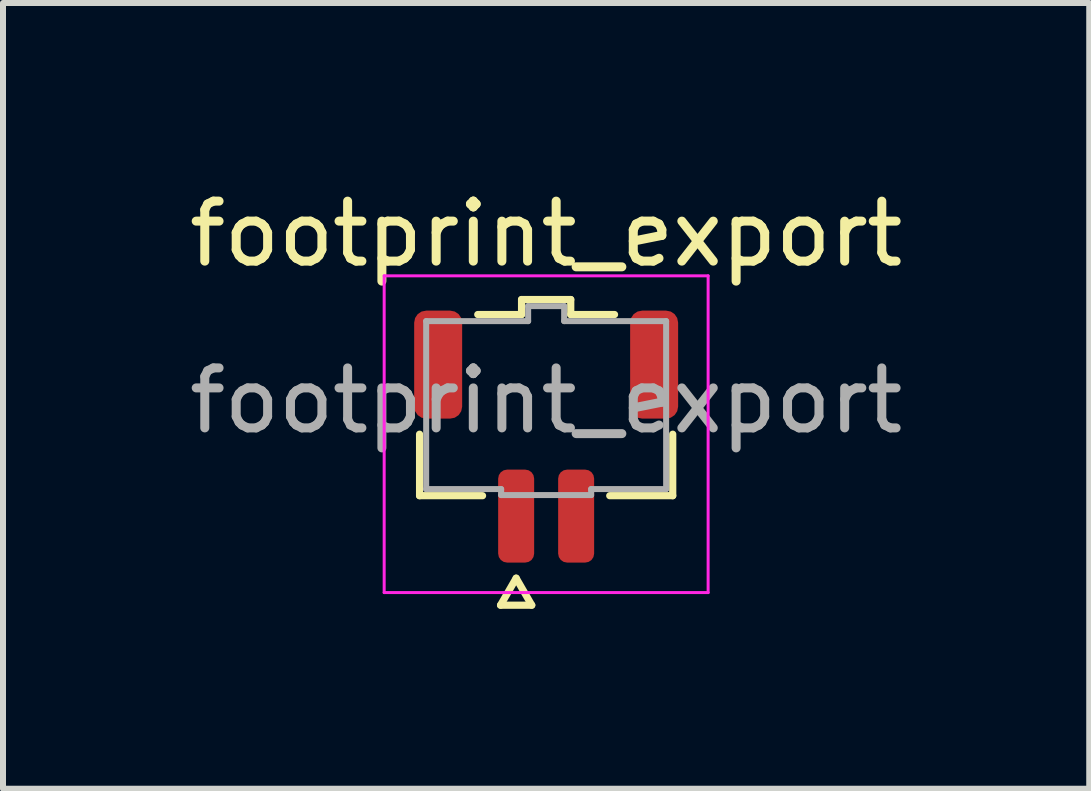
<source format=kicad_pcb>
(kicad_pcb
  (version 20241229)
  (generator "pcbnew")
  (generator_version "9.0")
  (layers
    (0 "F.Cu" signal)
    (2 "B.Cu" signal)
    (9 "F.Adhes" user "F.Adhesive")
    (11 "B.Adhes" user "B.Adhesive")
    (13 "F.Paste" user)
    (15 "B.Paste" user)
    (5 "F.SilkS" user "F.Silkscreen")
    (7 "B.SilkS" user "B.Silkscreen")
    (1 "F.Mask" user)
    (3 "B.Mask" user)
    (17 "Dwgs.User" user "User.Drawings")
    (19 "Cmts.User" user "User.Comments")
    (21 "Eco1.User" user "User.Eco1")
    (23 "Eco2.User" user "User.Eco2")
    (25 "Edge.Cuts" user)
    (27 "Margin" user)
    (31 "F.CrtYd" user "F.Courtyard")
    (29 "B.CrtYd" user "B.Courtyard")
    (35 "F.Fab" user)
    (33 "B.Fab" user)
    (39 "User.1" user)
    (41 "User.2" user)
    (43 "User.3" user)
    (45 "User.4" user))
  (footprint "footprint_export"
    (layer "F.Cu")
    (at 6.054 3.628)
    (property "Reference" "footprint_export" (at 0 -2.78 0) (layer "F.SilkS") (effects (font (size 1 1) (thickness 0.15))))
    (attr smd)
    (fp_line (start -2.11 1.585) (end -2.11 0.56) (stroke (width 0.12) (type solid)) (layer "F.SilkS"))
    (fp_line (start -1.14 -1.435) (end -0.41 -1.435) (stroke (width 0.12) (type solid)) (layer "F.SilkS"))
    (fp_line (start -1.06 1.585) (end -2.11 1.585) (stroke (width 0.12) (type solid)) (layer "F.SilkS"))
    (fp_line (start -0.76 3.41) (end -0.5 2.96) (stroke (width 0.12) (type solid)) (layer "F.SilkS"))
    (fp_line (start -0.5 2.96) (end -0.24 3.41) (stroke (width 0.12) (type solid)) (layer "F.SilkS"))
    (fp_line (start -0.41 -1.685) (end 0.41 -1.685) (stroke (width 0.12) (type solid)) (layer "F.SilkS"))
    (fp_line (start -0.41 -1.435) (end -0.41 -1.685) (stroke (width 0.12) (type solid)) (layer "F.SilkS"))
    (fp_line (start -0.24 3.41) (end -0.76 3.41) (stroke (width 0.12) (type solid)) (layer "F.SilkS"))
    (fp_line (start 0.41 -1.685) (end 0.41 -1.435) (stroke (width 0.12) (type solid)) (layer "F.SilkS"))
    (fp_line (start 0.41 -1.435) (end 1.14 -1.435) (stroke (width 0.12) (type solid)) (layer "F.SilkS"))
    (fp_line (start 2.11 0.56) (end 2.11 1.585) (stroke (width 0.12) (type solid)) (layer "F.SilkS"))
    (fp_line (start 2.11 1.585) (end 1.06 1.585) (stroke (width 0.12) (type solid)) (layer "F.SilkS"))
    (fp_line (start -2.7 -2.08) (end -2.7 3.2) (stroke (width 0.05) (type solid)) (layer "F.CrtYd"))
    (fp_line (start -2.7 3.2) (end 2.7 3.2) (stroke (width 0.05) (type solid)) (layer "F.CrtYd"))
    (fp_line (start 2.7 -2.08) (end -2.7 -2.08) (stroke (width 0.05) (type solid)) (layer "F.CrtYd"))
    (fp_line (start 2.7 3.2) (end 2.7 -2.08) (stroke (width 0.05) (type solid)) (layer "F.CrtYd"))
    (fp_line (start -2 -1.325) (end -0.3 -1.325) (stroke (width 0.1) (type solid)) (layer "F.Fab"))
    (fp_line (start -2 1.475) (end -2 -1.325) (stroke (width 0.1) (type solid)) (layer "F.Fab"))
    (fp_line (start -0.75 1.475) (end -2 1.475) (stroke (width 0.1) (type solid)) (layer "F.Fab"))
    (fp_line (start -0.75 1.575) (end -0.75 1.475) (stroke (width 0.1) (type solid)) (layer "F.Fab"))
    (fp_line (start -0.3 -1.575) (end 0.3 -1.575) (stroke (width 0.1) (type solid)) (layer "F.Fab"))
    (fp_line (start -0.3 -1.325) (end -0.3 -1.575) (stroke (width 0.1) (type solid)) (layer "F.Fab"))
    (fp_line (start 0.3 -1.575) (end 0.3 -1.325) (stroke (width 0.1) (type solid)) (layer "F.Fab"))
    (fp_line (start 0.3 -1.325) (end 2 -1.325) (stroke (width 0.1) (type solid)) (layer "F.Fab"))
    (fp_line (start 0.75 1.475) (end 0.75 1.575) (stroke (width 0.1) (type solid)) (layer "F.Fab"))
    (fp_line (start 0.75 1.575) (end -0.75 1.575) (stroke (width 0.1) (type solid)) (layer "F.Fab"))
    (fp_line (start 2 -1.325) (end 2 1.475) (stroke (width 0.1) (type solid)) (layer "F.Fab"))
    (fp_line (start 2 1.475) (end 0.75 1.475) (stroke (width 0.1) (type solid)) (layer "F.Fab"))
    (fp_text user "${REFERENCE}" (at 0 0 0) (layer "F.Fab") (effects (font (size 1 1) (thickness 0.15))))
    (pad "1" smd roundrect (at -0.5 1.925) (size 0.6 1.55) (layers "F.Cu" "F.Mask" "F.Paste") (roundrect_rratio 0.25))
    (pad "2" smd roundrect (at 0.5 1.925) (size 0.6 1.55) (layers "F.Cu" "F.Mask" "F.Paste") (roundrect_rratio 0.25))
    (pad "MP" smd roundrect (at -1.8 -0.6) (size 0.8 1.8) (layers "F.Cu" "F.Mask" "F.Paste") (roundrect_rratio 0.25))
    (pad "MP" smd roundrect (at 1.8 -0.6) (size 0.8 1.8) (layers "F.Cu" "F.Mask" "F.Paste") (roundrect_rratio 0.25)))
  (gr_rect
    (start -3 -3)
    (end 15.107 10.098)
    (stroke (width 0.1) (type default))
    (fill no)
    (layer "Edge.Cuts")))
</source>
